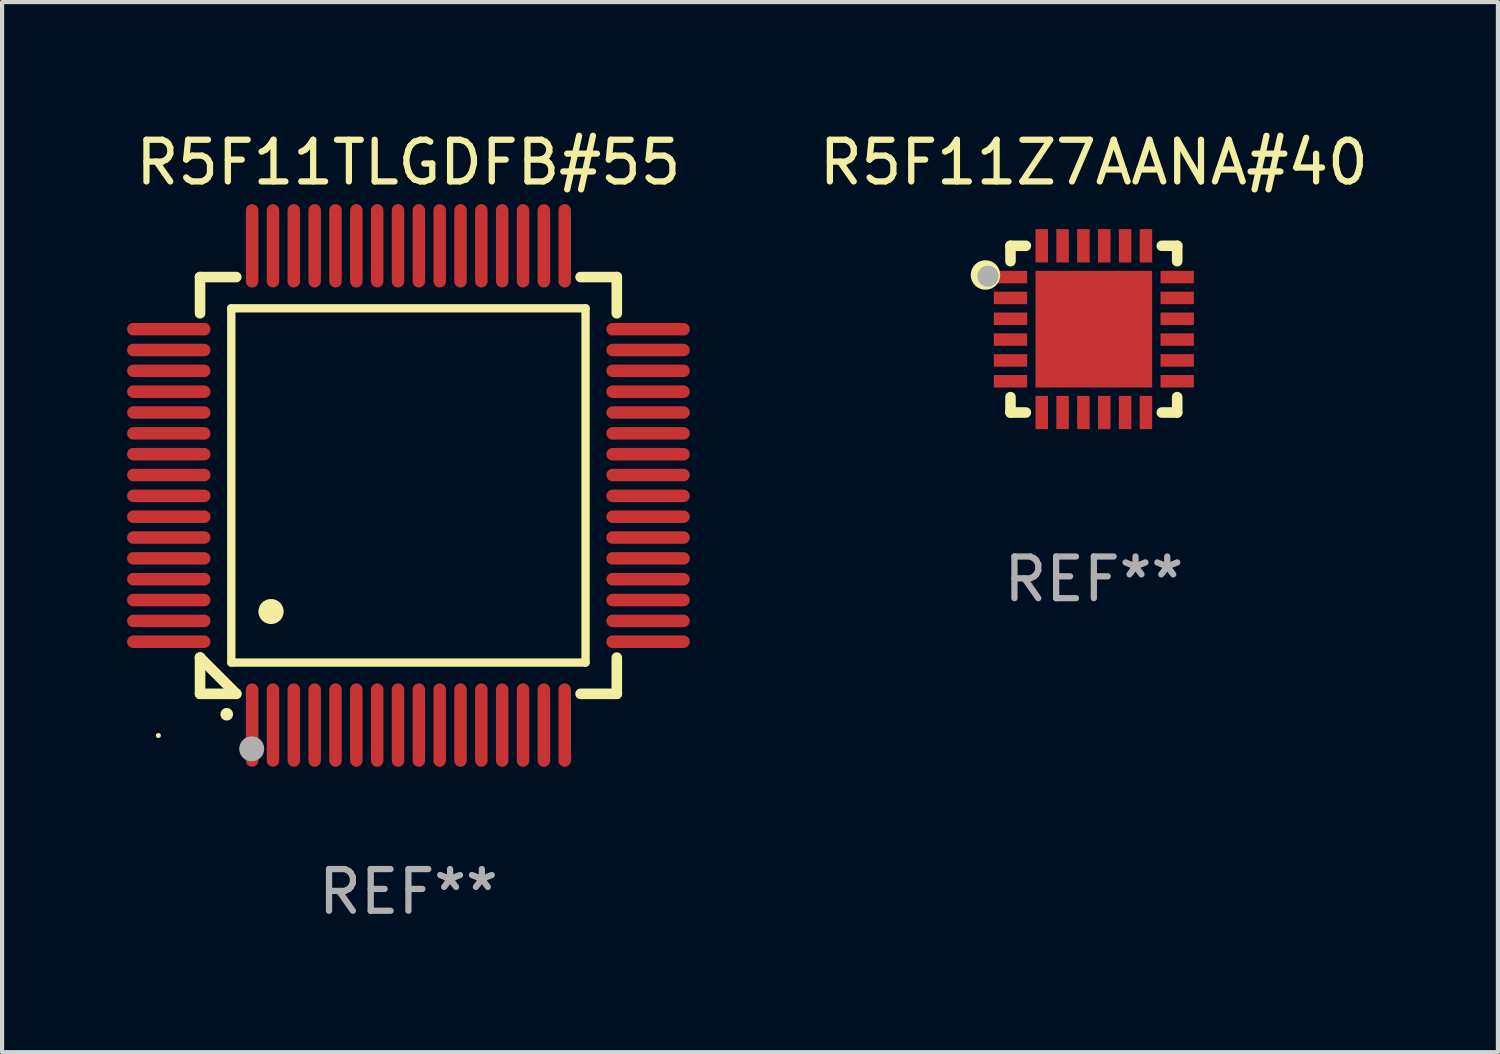
<source format=kicad_pcb>
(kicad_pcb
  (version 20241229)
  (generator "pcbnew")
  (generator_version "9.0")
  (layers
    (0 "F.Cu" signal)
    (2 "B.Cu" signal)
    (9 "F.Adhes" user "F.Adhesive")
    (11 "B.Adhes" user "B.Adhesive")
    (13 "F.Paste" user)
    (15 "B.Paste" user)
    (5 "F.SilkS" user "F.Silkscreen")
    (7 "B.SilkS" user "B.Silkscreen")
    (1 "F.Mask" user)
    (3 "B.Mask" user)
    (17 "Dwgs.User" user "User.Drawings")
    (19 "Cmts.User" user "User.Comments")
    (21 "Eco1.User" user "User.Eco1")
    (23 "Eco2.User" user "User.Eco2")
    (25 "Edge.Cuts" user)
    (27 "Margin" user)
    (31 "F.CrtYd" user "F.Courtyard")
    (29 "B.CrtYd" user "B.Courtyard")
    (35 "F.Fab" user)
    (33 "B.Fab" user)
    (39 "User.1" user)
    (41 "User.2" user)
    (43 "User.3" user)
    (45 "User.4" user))
  (footprint "R5F11Z7AANA#40"
    (layer "F.Cu")
    (at 23.196 4.848)
    (property "Reference" "R5F11Z7AANA#40" (at 0 -4 0) (layer "F.SilkS") (effects (font (size 1 1) (thickness 0.15))))
    (attr through_hole)
    (fp_line (start -2 -2) (end -1.631 -2) (stroke (width 0.254) (type solid)) (layer "F.SilkS"))
    (fp_line (start -2 -1.631) (end -2 -2) (stroke (width 0.254) (type solid)) (layer "F.SilkS"))
    (fp_line (start -2 2) (end -2 1.631) (stroke (width 0.254) (type solid)) (layer "F.SilkS"))
    (fp_line (start -1.631 2) (end -2 2) (stroke (width 0.254) (type solid)) (layer "F.SilkS"))
    (fp_line (start 1.631 -2) (end 2 -2) (stroke (width 0.254) (type solid)) (layer "F.SilkS"))
    (fp_line (start 2 -2) (end 2 -1.631) (stroke (width 0.254) (type solid)) (layer "F.SilkS"))
    (fp_line (start 2 1.631) (end 2 2) (stroke (width 0.254) (type solid)) (layer "F.SilkS"))
    (fp_line (start 2 2) (end 1.631 2) (stroke (width 0.254) (type solid)) (layer "F.SilkS"))
    (fp_circle (center -2.6 -1.3) (end -2.5 -1.3) (stroke (width 0.254) (type solid)) (fill no) (layer "F.SilkS"))
    (fp_circle (center -1.95 -1.95) (end -1.9 -1.95) (stroke (width 0.1) (type solid)) (fill no) (layer "F.SilkS"))
    (fp_circle (center -2.54 -1.27) (end -2.413 -1.27) (stroke (width 0.254) (type solid)) (fill no) (layer "F.Fab"))
    (fp_text user "REF**" (at 0 6 0) (layer "F.Fab") (effects (font (size 1 1) (thickness 0.15))))
    (pad "1" smd rect (at -2 -1.25) (size 0.8 0.3) (layers "F.Cu" "F.Mask" "F.Paste"))
    (pad "2" smd rect (at -2 -0.75) (size 0.8 0.3) (layers "F.Cu" "F.Mask" "F.Paste"))
    (pad "3" smd rect (at -2 -0.25) (size 0.8 0.3) (layers "F.Cu" "F.Mask" "F.Paste"))
    (pad "4" smd rect (at -2 0.25) (size 0.8 0.3) (layers "F.Cu" "F.Mask" "F.Paste"))
    (pad "5" smd rect (at -2 0.75) (size 0.8 0.3) (layers "F.Cu" "F.Mask" "F.Paste"))
    (pad "6" smd rect (at -2 1.25) (size 0.8 0.3) (layers "F.Cu" "F.Mask" "F.Paste"))
    (pad "7" smd rect (at -1.25 2) (size 0.3 0.8) (layers "F.Cu" "F.Mask" "F.Paste"))
    (pad "8" smd rect (at -0.75 2) (size 0.3 0.8) (layers "F.Cu" "F.Mask" "F.Paste"))
    (pad "9" smd rect (at -0.25 2) (size 0.3 0.8) (layers "F.Cu" "F.Mask" "F.Paste"))
    (pad "10" smd rect (at 0.25 2) (size 0.3 0.8) (layers "F.Cu" "F.Mask" "F.Paste"))
    (pad "11" smd rect (at 0.75 2) (size 0.3 0.8) (layers "F.Cu" "F.Mask" "F.Paste"))
    (pad "12" smd rect (at 1.25 2) (size 0.3 0.8) (layers "F.Cu" "F.Mask" "F.Paste"))
    (pad "13" smd rect (at 2 1.25) (size 0.8 0.3) (layers "F.Cu" "F.Mask" "F.Paste"))
    (pad "14" smd rect (at 2 0.75) (size 0.8 0.3) (layers "F.Cu" "F.Mask" "F.Paste"))
    (pad "15" smd rect (at 2 0.25) (size 0.8 0.3) (layers "F.Cu" "F.Mask" "F.Paste"))
    (pad "16" smd rect (at 2 -0.25) (size 0.8 0.3) (layers "F.Cu" "F.Mask" "F.Paste"))
    (pad "17" smd rect (at 2 -0.75) (size 0.8 0.3) (layers "F.Cu" "F.Mask" "F.Paste"))
    (pad "18" smd rect (at 2 -1.25) (size 0.8 0.3) (layers "F.Cu" "F.Mask" "F.Paste"))
    (pad "19" smd rect (at 1.25 -2) (size 0.3 0.8) (layers "F.Cu" "F.Mask" "F.Paste"))
    (pad "20" smd rect (at 0.75 -2) (size 0.3 0.8) (layers "F.Cu" "F.Mask" "F.Paste"))
    (pad "21" smd rect (at 0.25 -2) (size 0.3 0.8) (layers "F.Cu" "F.Mask" "F.Paste"))
    (pad "22" smd rect (at -0.25 -2) (size 0.3 0.8) (layers "F.Cu" "F.Mask" "F.Paste"))
    (pad "23" smd rect (at -0.75 -2) (size 0.3 0.8) (layers "F.Cu" "F.Mask" "F.Paste"))
    (pad "24" smd rect (at -1.25 -2) (size 0.3 0.8) (layers "F.Cu" "F.Mask" "F.Paste"))
    (pad "25" smd rect (at 0 0) (size 2.8 2.8) (layers "F.Cu" "F.Mask" "F.Paste")))
  (footprint "R5F11TLGDFB#55"
    (layer "F.Cu")
    (at 6.75 8.598)
    (property "Reference" "R5F11TLGDFB#55" (at 0 -7.75 0) (layer "F.SilkS") (effects (font (size 1 1) (thickness 0.15))))
    (attr through_hole)
    (fp_line (start -5 -5) (end -4.131 -5) (stroke (width 0.254) (type solid)) (layer "F.SilkS"))
    (fp_line (start -5 -4.131) (end -5 -5) (stroke (width 0.254) (type solid)) (layer "F.SilkS"))
    (fp_line (start -5 4.131) (end -5 4.131) (stroke (width 0.254) (type solid)) (layer "F.SilkS"))
    (fp_line (start -5 5) (end -5 4.131) (stroke (width 0.254) (type solid)) (layer "F.SilkS"))
    (fp_line (start -5 4.131) (end -4.131 5) (stroke (width 0.254) (type solid)) (layer "F.SilkS"))
    (fp_line (start -4.25 -4.25) (end -4.25 4.25) (stroke (width 0.2) (type solid)) (layer "F.SilkS"))
    (fp_line (start -4.25 4.25) (end 4.25 4.25) (stroke (width 0.2) (type solid)) (layer "F.SilkS"))
    (fp_line (start -4.131 5) (end -5 5) (stroke (width 0.254) (type solid)) (layer "F.SilkS"))
    (fp_line (start 4.25 -4.25) (end -4.25 -4.25) (stroke (width 0.2) (type solid)) (layer "F.SilkS"))
    (fp_line (start 4.25 4.25) (end 4.25 -4.25) (stroke (width 0.2) (type solid)) (layer "F.SilkS"))
    (fp_line (start 5 -5) (end 4.131 -5) (stroke (width 0.254) (type solid)) (layer "F.SilkS"))
    (fp_line (start 5 -5) (end 5 -4.131) (stroke (width 0.254) (type solid)) (layer "F.SilkS"))
    (fp_line (start 5 4.131) (end 5 5) (stroke (width 0.254) (type solid)) (layer "F.SilkS"))
    (fp_line (start 5 5) (end 4.131 5) (stroke (width 0.254) (type solid)) (layer "F.SilkS"))
    (fp_arc (start -4.361265 5.489992) (mid -4.359995 5.489987) (end -4.358725 5.489992) (stroke (width 0.3) (type solid)) (layer "F.SilkS"))
    (fp_arc (start -3.299467 3.025146) (mid -3.296927 3.025135) (end -3.294387 3.025146) (stroke (width 0.6) (type solid)) (layer "F.SilkS"))
    (fp_circle (center -6 6) (end -5.97 6) (stroke (width 0.06) (type solid)) (fill no) (layer "F.SilkS"))
    (fp_circle (center -3.76 6.32) (end -3.61 6.32) (stroke (width 0.3) (type solid)) (fill no) (layer "F.Fab"))
    (fp_text user "REF**" (at 0 9.75 0) (layer "F.Fab") (effects (font (size 1 1) (thickness 0.15))))
    (pad "1" smd oval (at -3.75 5.75) (size 0.3 2) (layers "F.Cu" "F.Mask" "F.Paste"))
    (pad "2" smd oval (at -3.25 5.75) (size 0.3 2) (layers "F.Cu" "F.Mask" "F.Paste"))
    (pad "3" smd oval (at -2.75 5.75) (size 0.3 2) (layers "F.Cu" "F.Mask" "F.Paste"))
    (pad "4" smd oval (at -2.25 5.75) (size 0.3 2) (layers "F.Cu" "F.Mask" "F.Paste"))
    (pad "5" smd oval (at -1.75 5.75) (size 0.3 2) (layers "F.Cu" "F.Mask" "F.Paste"))
    (pad "6" smd oval (at -1.25 5.75) (size 0.3 2) (layers "F.Cu" "F.Mask" "F.Paste"))
    (pad "7" smd oval (at -0.75 5.75) (size 0.3 2) (layers "F.Cu" "F.Mask" "F.Paste"))
    (pad "8" smd oval (at -0.25 5.75) (size 0.3 2) (layers "F.Cu" "F.Mask" "F.Paste"))
    (pad "9" smd oval (at 0.25 5.75) (size 0.3 2) (layers "F.Cu" "F.Mask" "F.Paste"))
    (pad "10" smd oval (at 0.75 5.75) (size 0.3 2) (layers "F.Cu" "F.Mask" "F.Paste"))
    (pad "11" smd oval (at 1.25 5.75) (size 0.3 2) (layers "F.Cu" "F.Mask" "F.Paste"))
    (pad "12" smd oval (at 1.75 5.75) (size 0.3 2) (layers "F.Cu" "F.Mask" "F.Paste"))
    (pad "13" smd oval (at 2.25 5.75) (size 0.3 2) (layers "F.Cu" "F.Mask" "F.Paste"))
    (pad "14" smd oval (at 2.75 5.75) (size 0.3 2) (layers "F.Cu" "F.Mask" "F.Paste"))
    (pad "15" smd oval (at 3.25 5.75) (size 0.3 2) (layers "F.Cu" "F.Mask" "F.Paste"))
    (pad "16" smd oval (at 3.75 5.75) (size 0.3 2) (layers "F.Cu" "F.Mask" "F.Paste"))
    (pad "17" smd oval (at 5.75 3.75) (size 2 0.3) (layers "F.Cu" "F.Mask" "F.Paste"))
    (pad "18" smd oval (at 5.75 3.25) (size 2 0.3) (layers "F.Cu" "F.Mask" "F.Paste"))
    (pad "19" smd oval (at 5.75 2.75) (size 2 0.3) (layers "F.Cu" "F.Mask" "F.Paste"))
    (pad "20" smd oval (at 5.75 2.25) (size 2 0.3) (layers "F.Cu" "F.Mask" "F.Paste"))
    (pad "21" smd oval (at 5.75 1.75) (size 2 0.3) (layers "F.Cu" "F.Mask" "F.Paste"))
    (pad "22" smd oval (at 5.75 1.25) (size 2 0.3) (layers "F.Cu" "F.Mask" "F.Paste"))
    (pad "23" smd oval (at 5.75 0.75) (size 2 0.3) (layers "F.Cu" "F.Mask" "F.Paste"))
    (pad "24" smd oval (at 5.75 0.25) (size 2 0.3) (layers "F.Cu" "F.Mask" "F.Paste"))
    (pad "25" smd oval (at 5.75 -0.25) (size 2 0.3) (layers "F.Cu" "F.Mask" "F.Paste"))
    (pad "26" smd oval (at 5.75 -0.75) (size 2 0.3) (layers "F.Cu" "F.Mask" "F.Paste"))
    (pad "27" smd oval (at 5.75 -1.25) (size 2 0.3) (layers "F.Cu" "F.Mask" "F.Paste"))
    (pad "28" smd oval (at 5.75 -1.75) (size 2 0.3) (layers "F.Cu" "F.Mask" "F.Paste"))
    (pad "29" smd oval (at 5.75 -2.25) (size 2 0.3) (layers "F.Cu" "F.Mask" "F.Paste"))
    (pad "30" smd oval (at 5.75 -2.75) (size 2 0.3) (layers "F.Cu" "F.Mask" "F.Paste"))
    (pad "31" smd oval (at 5.75 -3.25) (size 2 0.3) (layers "F.Cu" "F.Mask" "F.Paste"))
    (pad "32" smd oval (at 5.75 -3.75) (size 2 0.3) (layers "F.Cu" "F.Mask" "F.Paste"))
    (pad "33" smd oval (at 3.75 -5.75) (size 0.3 2) (layers "F.Cu" "F.Mask" "F.Paste"))
    (pad "34" smd oval (at 3.25 -5.75) (size 0.3 2) (layers "F.Cu" "F.Mask" "F.Paste"))
    (pad "35" smd oval (at 2.75 -5.75) (size 0.3 2) (layers "F.Cu" "F.Mask" "F.Paste"))
    (pad "36" smd oval (at 2.25 -5.75) (size 0.3 2) (layers "F.Cu" "F.Mask" "F.Paste"))
    (pad "37" smd oval (at 1.75 -5.75) (size 0.3 2) (layers "F.Cu" "F.Mask" "F.Paste"))
    (pad "38" smd oval (at 1.25 -5.75) (size 0.3 2) (layers "F.Cu" "F.Mask" "F.Paste"))
    (pad "39" smd oval (at 0.75 -5.75) (size 0.3 2) (layers "F.Cu" "F.Mask" "F.Paste"))
    (pad "40" smd oval (at 0.25 -5.75) (size 0.3 2) (layers "F.Cu" "F.Mask" "F.Paste"))
    (pad "41" smd oval (at -0.25 -5.75) (size 0.3 2) (layers "F.Cu" "F.Mask" "F.Paste"))
    (pad "42" smd oval (at -0.75 -5.75) (size 0.3 2) (layers "F.Cu" "F.Mask" "F.Paste"))
    (pad "43" smd oval (at -1.25 -5.75) (size 0.3 2) (layers "F.Cu" "F.Mask" "F.Paste"))
    (pad "44" smd oval (at -1.75 -5.75) (size 0.3 2) (layers "F.Cu" "F.Mask" "F.Paste"))
    (pad "45" smd oval (at -2.25 -5.75) (size 0.3 2) (layers "F.Cu" "F.Mask" "F.Paste"))
    (pad "46" smd oval (at -2.75 -5.75) (size 0.3 2) (layers "F.Cu" "F.Mask" "F.Paste"))
    (pad "47" smd oval (at -3.25 -5.75) (size 0.3 2) (layers "F.Cu" "F.Mask" "F.Paste"))
    (pad "48" smd oval (at -3.75 -5.75) (size 0.3 2) (layers "F.Cu" "F.Mask" "F.Paste"))
    (pad "49" smd oval (at -5.75 -3.75) (size 2 0.3) (layers "F.Cu" "F.Mask" "F.Paste"))
    (pad "50" smd oval (at -5.75 -3.25) (size 2 0.3) (layers "F.Cu" "F.Mask" "F.Paste"))
    (pad "51" smd oval (at -5.75 -2.75) (size 2 0.3) (layers "F.Cu" "F.Mask" "F.Paste"))
    (pad "52" smd oval (at -5.75 -2.25) (size 2 0.3) (layers "F.Cu" "F.Mask" "F.Paste"))
    (pad "53" smd oval (at -5.75 -1.75) (size 2 0.3) (layers "F.Cu" "F.Mask" "F.Paste"))
    (pad "54" smd oval (at -5.75 -1.25) (size 2 0.3) (layers "F.Cu" "F.Mask" "F.Paste"))
    (pad "55" smd oval (at -5.75 -0.75) (size 2 0.3) (layers "F.Cu" "F.Mask" "F.Paste"))
    (pad "56" smd oval (at -5.75 -0.25) (size 2 0.3) (layers "F.Cu" "F.Mask" "F.Paste"))
    (pad "57" smd oval (at -5.75 0.25) (size 2 0.3) (layers "F.Cu" "F.Mask" "F.Paste"))
    (pad "58" smd oval (at -5.75 0.75) (size 2 0.3) (layers "F.Cu" "F.Mask" "F.Paste"))
    (pad "59" smd oval (at -5.75 1.25) (size 2 0.3) (layers "F.Cu" "F.Mask" "F.Paste"))
    (pad "60" smd oval (at -5.75 1.75) (size 2 0.3) (layers "F.Cu" "F.Mask" "F.Paste"))
    (pad "61" smd oval (at -5.75 2.25) (size 2 0.3) (layers "F.Cu" "F.Mask" "F.Paste"))
    (pad "62" smd oval (at -5.75 2.75) (size 2 0.3) (layers "F.Cu" "F.Mask" "F.Paste"))
    (pad "63" smd oval (at -5.75 3.25) (size 2 0.3) (layers "F.Cu" "F.Mask" "F.Paste"))
    (pad "64" smd oval (at -5.75 3.75) (size 2 0.3) (layers "F.Cu" "F.Mask" "F.Paste")))
  (gr_rect
    (start -3 -3)
    (end 32.892 22.196)
    (stroke (width 0.1) (type default))
    (fill no)
    (layer "Edge.Cuts")))
</source>
